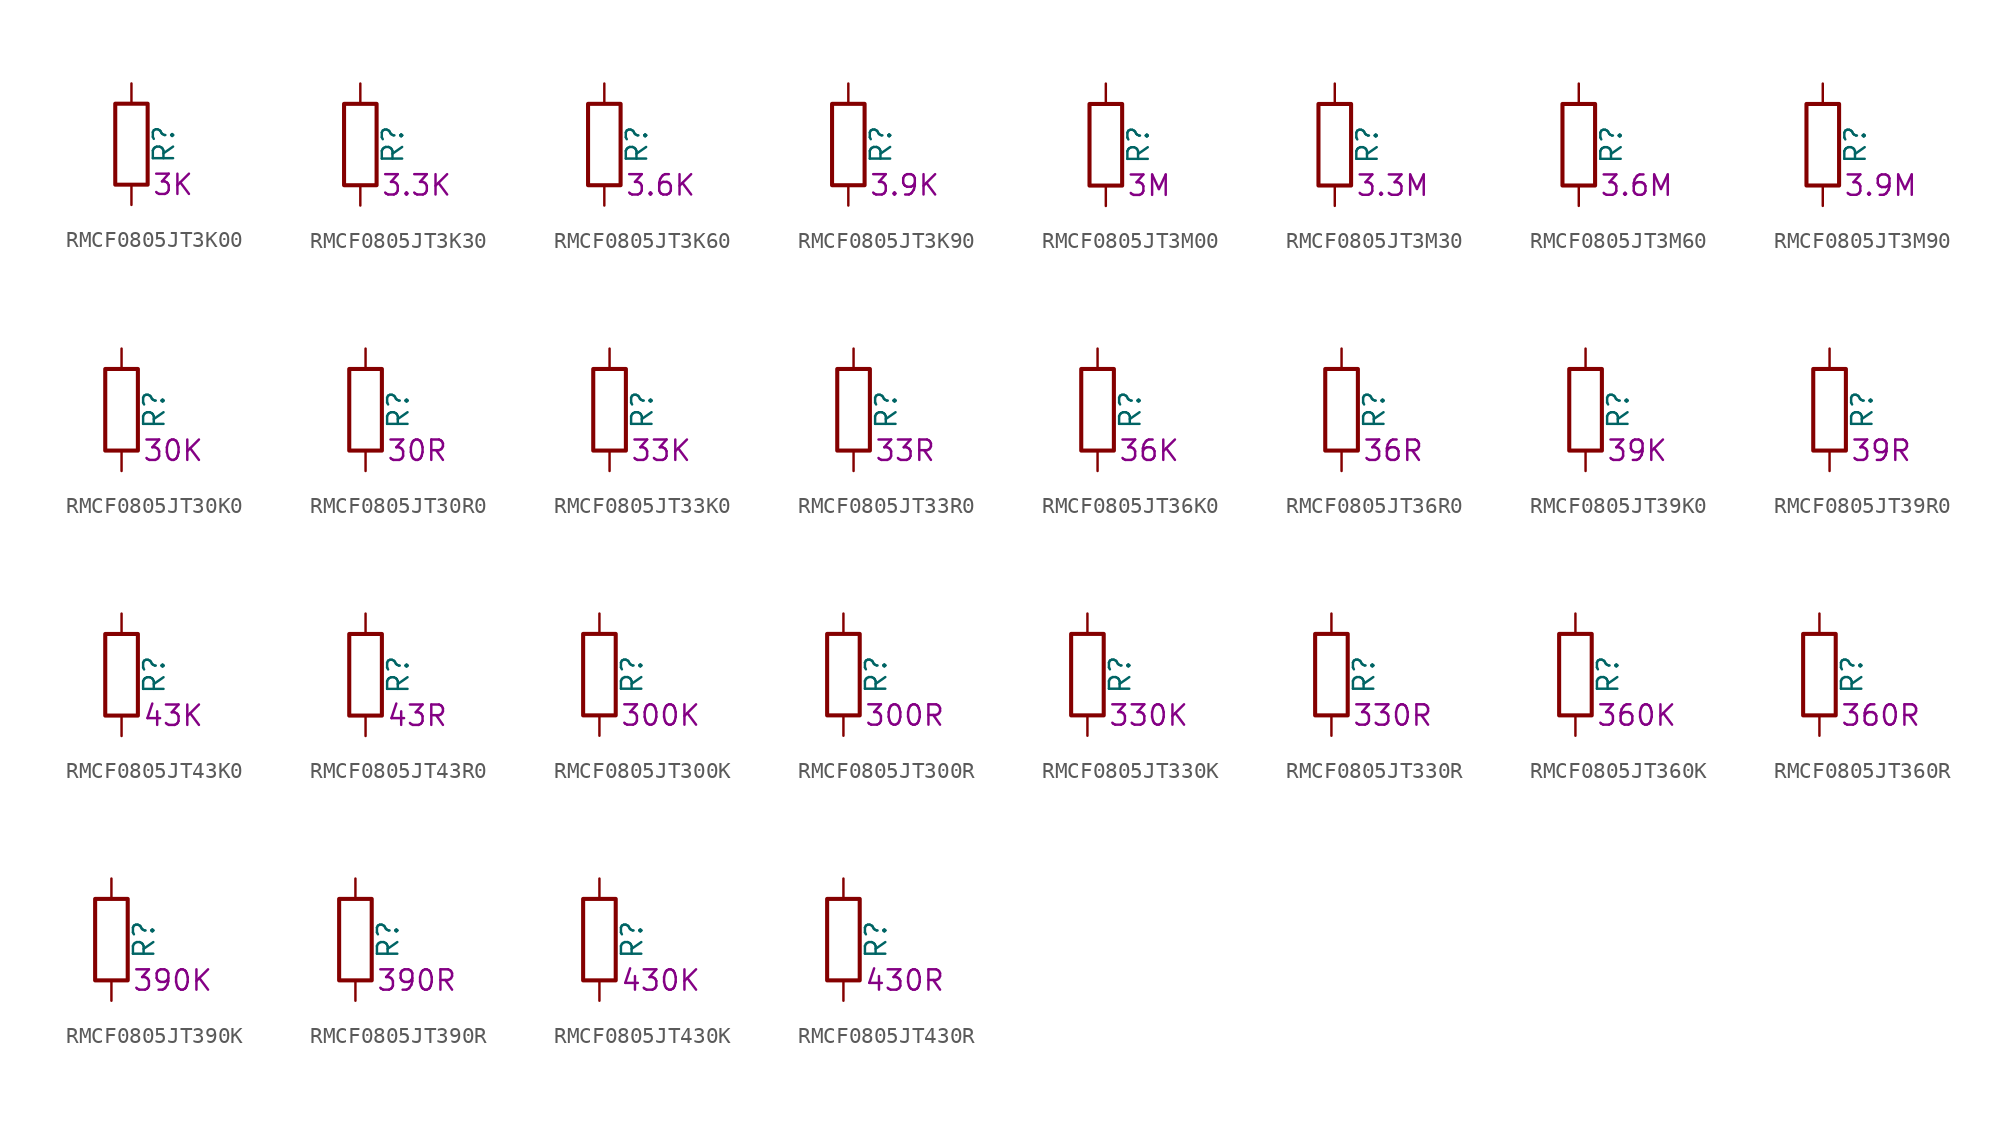
<source format=kicad_sym>
(kicad_symbol_lib
  (version 20220914)
  (generator kicad_symbol_editor)
  (symbol "RMCF0805JT3K00"
    (pin_numbers hide)
    (pin_names
      (offset 0))
    (property "Reference" "R"
      (at 2.032 0 90)
      (effects (font (size 1.27 1.27))))
    (property "Resistance" "3K"
      (at 1.27 -2.54 0)
      (effects (font (size 1.27 1.27)) (justify left)))
    (symbol "RMCF0805JT3K00_0_1"
      (rectangle (start -1.016 -2.54) (end 1.016 2.54) (stroke (width 0.254) (type default)) (fill (type none))))
    (symbol "RMCF0805JT3K00_1_1"
      (pin passive line (at 0 3.81 270) (length 1.27) (name "~" (effects (font (size 1.27 1.27)))) (number "1" (effects (font (size 1.27 1.27)))))
      (pin passive line (at 0 -3.81 90) (length 1.27) (name "~" (effects (font (size 1.27 1.27)))) (number "2" (effects (font (size 1.27 1.27)))))))
  (symbol "RMCF0805JT3K30"
    (pin_numbers hide)
    (pin_names
      (offset 0))
    (property "Reference" "R"
      (at 2.032 0 90)
      (effects (font (size 1.27 1.27))))
    (property "Resistance" "3.3K"
      (at 1.27 -2.54 0)
      (effects (font (size 1.27 1.27)) (justify left)))
    (symbol "RMCF0805JT3K30_0_1"
      (rectangle (start -1.016 -2.54) (end 1.016 2.54) (stroke (width 0.254) (type default)) (fill (type none))))
    (symbol "RMCF0805JT3K30_1_1"
      (pin passive line (at 0 3.81 270) (length 1.27) (name "~" (effects (font (size 1.27 1.27)))) (number "1" (effects (font (size 1.27 1.27)))))
      (pin passive line (at 0 -3.81 90) (length 1.27) (name "~" (effects (font (size 1.27 1.27)))) (number "2" (effects (font (size 1.27 1.27)))))))
  (symbol "RMCF0805JT3K60"
    (pin_numbers hide)
    (pin_names
      (offset 0))
    (property "Reference" "R"
      (at 2.032 0 90)
      (effects (font (size 1.27 1.27))))
    (property "Resistance" "3.6K"
      (at 1.27 -2.54 0)
      (effects (font (size 1.27 1.27)) (justify left)))
    (symbol "RMCF0805JT3K60_0_1"
      (rectangle (start -1.016 -2.54) (end 1.016 2.54) (stroke (width 0.254) (type default)) (fill (type none))))
    (symbol "RMCF0805JT3K60_1_1"
      (pin passive line (at 0 3.81 270) (length 1.27) (name "~" (effects (font (size 1.27 1.27)))) (number "1" (effects (font (size 1.27 1.27)))))
      (pin passive line (at 0 -3.81 90) (length 1.27) (name "~" (effects (font (size 1.27 1.27)))) (number "2" (effects (font (size 1.27 1.27)))))))
  (symbol "RMCF0805JT3K90"
    (pin_numbers hide)
    (pin_names
      (offset 0))
    (property "Reference" "R"
      (at 2.032 0 90)
      (effects (font (size 1.27 1.27))))
    (property "Resistance" "3.9K"
      (at 1.27 -2.54 0)
      (effects (font (size 1.27 1.27)) (justify left)))
    (symbol "RMCF0805JT3K90_0_1"
      (rectangle (start -1.016 -2.54) (end 1.016 2.54) (stroke (width 0.254) (type default)) (fill (type none))))
    (symbol "RMCF0805JT3K90_1_1"
      (pin passive line (at 0 3.81 270) (length 1.27) (name "~" (effects (font (size 1.27 1.27)))) (number "1" (effects (font (size 1.27 1.27)))))
      (pin passive line (at 0 -3.81 90) (length 1.27) (name "~" (effects (font (size 1.27 1.27)))) (number "2" (effects (font (size 1.27 1.27)))))))
  (symbol "RMCF0805JT3M00"
    (pin_numbers hide)
    (pin_names
      (offset 0))
    (property "Reference" "R"
      (at 2.032 0 90)
      (effects (font (size 1.27 1.27))))
    (property "Resistance" "3M"
      (at 1.27 -2.54 0)
      (effects (font (size 1.27 1.27)) (justify left)))
    (symbol "RMCF0805JT3M00_0_1"
      (rectangle (start -1.016 -2.54) (end 1.016 2.54) (stroke (width 0.254) (type default)) (fill (type none))))
    (symbol "RMCF0805JT3M00_1_1"
      (pin passive line (at 0 3.81 270) (length 1.27) (name "~" (effects (font (size 1.27 1.27)))) (number "1" (effects (font (size 1.27 1.27)))))
      (pin passive line (at 0 -3.81 90) (length 1.27) (name "~" (effects (font (size 1.27 1.27)))) (number "2" (effects (font (size 1.27 1.27)))))))
  (symbol "RMCF0805JT3M30"
    (pin_numbers hide)
    (pin_names
      (offset 0))
    (property "Reference" "R"
      (at 2.032 0 90)
      (effects (font (size 1.27 1.27))))
    (property "Resistance" "3.3M"
      (at 1.27 -2.54 0)
      (effects (font (size 1.27 1.27)) (justify left)))
    (symbol "RMCF0805JT3M30_0_1"
      (rectangle (start -1.016 -2.54) (end 1.016 2.54) (stroke (width 0.254) (type default)) (fill (type none))))
    (symbol "RMCF0805JT3M30_1_1"
      (pin passive line (at 0 3.81 270) (length 1.27) (name "~" (effects (font (size 1.27 1.27)))) (number "1" (effects (font (size 1.27 1.27)))))
      (pin passive line (at 0 -3.81 90) (length 1.27) (name "~" (effects (font (size 1.27 1.27)))) (number "2" (effects (font (size 1.27 1.27)))))))
  (symbol "RMCF0805JT3M60"
    (pin_numbers hide)
    (pin_names
      (offset 0))
    (property "Reference" "R"
      (at 2.032 0 90)
      (effects (font (size 1.27 1.27))))
    (property "Resistance" "3.6M"
      (at 1.27 -2.54 0)
      (effects (font (size 1.27 1.27)) (justify left)))
    (symbol "RMCF0805JT3M60_0_1"
      (rectangle (start -1.016 -2.54) (end 1.016 2.54) (stroke (width 0.254) (type default)) (fill (type none))))
    (symbol "RMCF0805JT3M60_1_1"
      (pin passive line (at 0 3.81 270) (length 1.27) (name "~" (effects (font (size 1.27 1.27)))) (number "1" (effects (font (size 1.27 1.27)))))
      (pin passive line (at 0 -3.81 90) (length 1.27) (name "~" (effects (font (size 1.27 1.27)))) (number "2" (effects (font (size 1.27 1.27)))))))
  (symbol "RMCF0805JT3M90"
    (pin_numbers hide)
    (pin_names
      (offset 0))
    (property "Reference" "R"
      (at 2.032 0 90)
      (effects (font (size 1.27 1.27))))
    (property "Resistance" "3.9M"
      (at 1.27 -2.54 0)
      (effects (font (size 1.27 1.27)) (justify left)))
    (symbol "RMCF0805JT3M90_0_1"
      (rectangle (start -1.016 -2.54) (end 1.016 2.54) (stroke (width 0.254) (type default)) (fill (type none))))
    (symbol "RMCF0805JT3M90_1_1"
      (pin passive line (at 0 3.81 270) (length 1.27) (name "~" (effects (font (size 1.27 1.27)))) (number "1" (effects (font (size 1.27 1.27)))))
      (pin passive line (at 0 -3.81 90) (length 1.27) (name "~" (effects (font (size 1.27 1.27)))) (number "2" (effects (font (size 1.27 1.27)))))))
  (symbol "RMCF0805JT30K0"
    (pin_numbers hide)
    (pin_names
      (offset 0))
    (property "Reference" "R"
      (at 2.032 0 90)
      (effects (font (size 1.27 1.27))))
    (property "Resistance" "30K"
      (at 1.27 -2.54 0)
      (effects (font (size 1.27 1.27)) (justify left)))
    (symbol "RMCF0805JT30K0_0_1"
      (rectangle (start -1.016 -2.54) (end 1.016 2.54) (stroke (width 0.254) (type default)) (fill (type none))))
    (symbol "RMCF0805JT30K0_1_1"
      (pin passive line (at 0 3.81 270) (length 1.27) (name "~" (effects (font (size 1.27 1.27)))) (number "1" (effects (font (size 1.27 1.27)))))
      (pin passive line (at 0 -3.81 90) (length 1.27) (name "~" (effects (font (size 1.27 1.27)))) (number "2" (effects (font (size 1.27 1.27)))))))
  (symbol "RMCF0805JT30R0"
    (pin_numbers hide)
    (pin_names
      (offset 0))
    (property "Reference" "R"
      (at 2.032 0 90)
      (effects (font (size 1.27 1.27))))
    (property "Resistance" "30R"
      (at 1.27 -2.54 0)
      (effects (font (size 1.27 1.27)) (justify left)))
    (symbol "RMCF0805JT30R0_0_1"
      (rectangle (start -1.016 -2.54) (end 1.016 2.54) (stroke (width 0.254) (type default)) (fill (type none))))
    (symbol "RMCF0805JT30R0_1_1"
      (pin passive line (at 0 3.81 270) (length 1.27) (name "~" (effects (font (size 1.27 1.27)))) (number "1" (effects (font (size 1.27 1.27)))))
      (pin passive line (at 0 -3.81 90) (length 1.27) (name "~" (effects (font (size 1.27 1.27)))) (number "2" (effects (font (size 1.27 1.27)))))))
  (symbol "RMCF0805JT33K0"
    (pin_numbers hide)
    (pin_names
      (offset 0))
    (property "Reference" "R"
      (at 2.032 0 90)
      (effects (font (size 1.27 1.27))))
    (property "Resistance" "33K"
      (at 1.27 -2.54 0)
      (effects (font (size 1.27 1.27)) (justify left)))
    (symbol "RMCF0805JT33K0_0_1"
      (rectangle (start -1.016 -2.54) (end 1.016 2.54) (stroke (width 0.254) (type default)) (fill (type none))))
    (symbol "RMCF0805JT33K0_1_1"
      (pin passive line (at 0 3.81 270) (length 1.27) (name "~" (effects (font (size 1.27 1.27)))) (number "1" (effects (font (size 1.27 1.27)))))
      (pin passive line (at 0 -3.81 90) (length 1.27) (name "~" (effects (font (size 1.27 1.27)))) (number "2" (effects (font (size 1.27 1.27)))))))
  (symbol "RMCF0805JT33R0"
    (pin_numbers hide)
    (pin_names
      (offset 0))
    (property "Reference" "R"
      (at 2.032 0 90)
      (effects (font (size 1.27 1.27))))
    (property "Resistance" "33R"
      (at 1.27 -2.54 0)
      (effects (font (size 1.27 1.27)) (justify left)))
    (symbol "RMCF0805JT33R0_0_1"
      (rectangle (start -1.016 -2.54) (end 1.016 2.54) (stroke (width 0.254) (type default)) (fill (type none))))
    (symbol "RMCF0805JT33R0_1_1"
      (pin passive line (at 0 3.81 270) (length 1.27) (name "~" (effects (font (size 1.27 1.27)))) (number "1" (effects (font (size 1.27 1.27)))))
      (pin passive line (at 0 -3.81 90) (length 1.27) (name "~" (effects (font (size 1.27 1.27)))) (number "2" (effects (font (size 1.27 1.27)))))))
  (symbol "RMCF0805JT36K0"
    (pin_numbers hide)
    (pin_names
      (offset 0))
    (property "Reference" "R"
      (at 2.032 0 90)
      (effects (font (size 1.27 1.27))))
    (property "Resistance" "36K"
      (at 1.27 -2.54 0)
      (effects (font (size 1.27 1.27)) (justify left)))
    (symbol "RMCF0805JT36K0_0_1"
      (rectangle (start -1.016 -2.54) (end 1.016 2.54) (stroke (width 0.254) (type default)) (fill (type none))))
    (symbol "RMCF0805JT36K0_1_1"
      (pin passive line (at 0 3.81 270) (length 1.27) (name "~" (effects (font (size 1.27 1.27)))) (number "1" (effects (font (size 1.27 1.27)))))
      (pin passive line (at 0 -3.81 90) (length 1.27) (name "~" (effects (font (size 1.27 1.27)))) (number "2" (effects (font (size 1.27 1.27)))))))
  (symbol "RMCF0805JT36R0"
    (pin_numbers hide)
    (pin_names
      (offset 0))
    (property "Reference" "R"
      (at 2.032 0 90)
      (effects (font (size 1.27 1.27))))
    (property "Resistance" "36R"
      (at 1.27 -2.54 0)
      (effects (font (size 1.27 1.27)) (justify left)))
    (symbol "RMCF0805JT36R0_0_1"
      (rectangle (start -1.016 -2.54) (end 1.016 2.54) (stroke (width 0.254) (type default)) (fill (type none))))
    (symbol "RMCF0805JT36R0_1_1"
      (pin passive line (at 0 3.81 270) (length 1.27) (name "~" (effects (font (size 1.27 1.27)))) (number "1" (effects (font (size 1.27 1.27)))))
      (pin passive line (at 0 -3.81 90) (length 1.27) (name "~" (effects (font (size 1.27 1.27)))) (number "2" (effects (font (size 1.27 1.27)))))))
  (symbol "RMCF0805JT39K0"
    (pin_numbers hide)
    (pin_names
      (offset 0))
    (property "Reference" "R"
      (at 2.032 0 90)
      (effects (font (size 1.27 1.27))))
    (property "Resistance" "39K"
      (at 1.27 -2.54 0)
      (effects (font (size 1.27 1.27)) (justify left)))
    (symbol "RMCF0805JT39K0_0_1"
      (rectangle (start -1.016 -2.54) (end 1.016 2.54) (stroke (width 0.254) (type default)) (fill (type none))))
    (symbol "RMCF0805JT39K0_1_1"
      (pin passive line (at 0 3.81 270) (length 1.27) (name "~" (effects (font (size 1.27 1.27)))) (number "1" (effects (font (size 1.27 1.27)))))
      (pin passive line (at 0 -3.81 90) (length 1.27) (name "~" (effects (font (size 1.27 1.27)))) (number "2" (effects (font (size 1.27 1.27)))))))
  (symbol "RMCF0805JT39R0"
    (pin_numbers hide)
    (pin_names
      (offset 0))
    (property "Reference" "R"
      (at 2.032 0 90)
      (effects (font (size 1.27 1.27))))
    (property "Resistance" "39R"
      (at 1.27 -2.54 0)
      (effects (font (size 1.27 1.27)) (justify left)))
    (symbol "RMCF0805JT39R0_0_1"
      (rectangle (start -1.016 -2.54) (end 1.016 2.54) (stroke (width 0.254) (type default)) (fill (type none))))
    (symbol "RMCF0805JT39R0_1_1"
      (pin passive line (at 0 3.81 270) (length 1.27) (name "~" (effects (font (size 1.27 1.27)))) (number "1" (effects (font (size 1.27 1.27)))))
      (pin passive line (at 0 -3.81 90) (length 1.27) (name "~" (effects (font (size 1.27 1.27)))) (number "2" (effects (font (size 1.27 1.27)))))))
  (symbol "RMCF0805JT43K0"
    (pin_numbers hide)
    (pin_names
      (offset 0))
    (property "Reference" "R"
      (at 2.032 0 90)
      (effects (font (size 1.27 1.27))))
    (property "Resistance" "43K"
      (at 1.27 -2.54 0)
      (effects (font (size 1.27 1.27)) (justify left)))
    (symbol "RMCF0805JT43K0_0_1"
      (rectangle (start -1.016 -2.54) (end 1.016 2.54) (stroke (width 0.254) (type default)) (fill (type none))))
    (symbol "RMCF0805JT43K0_1_1"
      (pin passive line (at 0 3.81 270) (length 1.27) (name "~" (effects (font (size 1.27 1.27)))) (number "1" (effects (font (size 1.27 1.27)))))
      (pin passive line (at 0 -3.81 90) (length 1.27) (name "~" (effects (font (size 1.27 1.27)))) (number "2" (effects (font (size 1.27 1.27)))))))
  (symbol "RMCF0805JT43R0"
    (pin_numbers hide)
    (pin_names
      (offset 0))
    (property "Reference" "R"
      (at 2.032 0 90)
      (effects (font (size 1.27 1.27))))
    (property "Resistance" "43R"
      (at 1.27 -2.54 0)
      (effects (font (size 1.27 1.27)) (justify left)))
    (symbol "RMCF0805JT43R0_0_1"
      (rectangle (start -1.016 -2.54) (end 1.016 2.54) (stroke (width 0.254) (type default)) (fill (type none))))
    (symbol "RMCF0805JT43R0_1_1"
      (pin passive line (at 0 3.81 270) (length 1.27) (name "~" (effects (font (size 1.27 1.27)))) (number "1" (effects (font (size 1.27 1.27)))))
      (pin passive line (at 0 -3.81 90) (length 1.27) (name "~" (effects (font (size 1.27 1.27)))) (number "2" (effects (font (size 1.27 1.27)))))))
  (symbol "RMCF0805JT300K"
    (pin_numbers hide)
    (pin_names
      (offset 0))
    (property "Reference" "R"
      (at 2.032 0 90)
      (effects (font (size 1.27 1.27))))
    (property "Resistance" "300K"
      (at 1.27 -2.54 0)
      (effects (font (size 1.27 1.27)) (justify left)))
    (symbol "RMCF0805JT300K_0_1"
      (rectangle (start -1.016 -2.54) (end 1.016 2.54) (stroke (width 0.254) (type default)) (fill (type none))))
    (symbol "RMCF0805JT300K_1_1"
      (pin passive line (at 0 3.81 270) (length 1.27) (name "~" (effects (font (size 1.27 1.27)))) (number "1" (effects (font (size 1.27 1.27)))))
      (pin passive line (at 0 -3.81 90) (length 1.27) (name "~" (effects (font (size 1.27 1.27)))) (number "2" (effects (font (size 1.27 1.27)))))))
  (symbol "RMCF0805JT300R"
    (pin_numbers hide)
    (pin_names
      (offset 0))
    (property "Reference" "R"
      (at 2.032 0 90)
      (effects (font (size 1.27 1.27))))
    (property "Resistance" "300R"
      (at 1.27 -2.54 0)
      (effects (font (size 1.27 1.27)) (justify left)))
    (symbol "RMCF0805JT300R_0_1"
      (rectangle (start -1.016 -2.54) (end 1.016 2.54) (stroke (width 0.254) (type default)) (fill (type none))))
    (symbol "RMCF0805JT300R_1_1"
      (pin passive line (at 0 3.81 270) (length 1.27) (name "~" (effects (font (size 1.27 1.27)))) (number "1" (effects (font (size 1.27 1.27)))))
      (pin passive line (at 0 -3.81 90) (length 1.27) (name "~" (effects (font (size 1.27 1.27)))) (number "2" (effects (font (size 1.27 1.27)))))))
  (symbol "RMCF0805JT330K"
    (pin_numbers hide)
    (pin_names
      (offset 0))
    (property "Reference" "R"
      (at 2.032 0 90)
      (effects (font (size 1.27 1.27))))
    (property "Resistance" "330K"
      (at 1.27 -2.54 0)
      (effects (font (size 1.27 1.27)) (justify left)))
    (symbol "RMCF0805JT330K_0_1"
      (rectangle (start -1.016 -2.54) (end 1.016 2.54) (stroke (width 0.254) (type default)) (fill (type none))))
    (symbol "RMCF0805JT330K_1_1"
      (pin passive line (at 0 3.81 270) (length 1.27) (name "~" (effects (font (size 1.27 1.27)))) (number "1" (effects (font (size 1.27 1.27)))))
      (pin passive line (at 0 -3.81 90) (length 1.27) (name "~" (effects (font (size 1.27 1.27)))) (number "2" (effects (font (size 1.27 1.27)))))))
  (symbol "RMCF0805JT330R"
    (pin_numbers hide)
    (pin_names
      (offset 0))
    (property "Reference" "R"
      (at 2.032 0 90)
      (effects (font (size 1.27 1.27))))
    (property "Resistance" "330R"
      (at 1.27 -2.54 0)
      (effects (font (size 1.27 1.27)) (justify left)))
    (symbol "RMCF0805JT330R_0_1"
      (rectangle (start -1.016 -2.54) (end 1.016 2.54) (stroke (width 0.254) (type default)) (fill (type none))))
    (symbol "RMCF0805JT330R_1_1"
      (pin passive line (at 0 3.81 270) (length 1.27) (name "~" (effects (font (size 1.27 1.27)))) (number "1" (effects (font (size 1.27 1.27)))))
      (pin passive line (at 0 -3.81 90) (length 1.27) (name "~" (effects (font (size 1.27 1.27)))) (number "2" (effects (font (size 1.27 1.27)))))))
  (symbol "RMCF0805JT360K"
    (pin_numbers hide)
    (pin_names
      (offset 0))
    (property "Reference" "R"
      (at 2.032 0 90)
      (effects (font (size 1.27 1.27))))
    (property "Resistance" "360K"
      (at 1.27 -2.54 0)
      (effects (font (size 1.27 1.27)) (justify left)))
    (symbol "RMCF0805JT360K_0_1"
      (rectangle (start -1.016 -2.54) (end 1.016 2.54) (stroke (width 0.254) (type default)) (fill (type none))))
    (symbol "RMCF0805JT360K_1_1"
      (pin passive line (at 0 3.81 270) (length 1.27) (name "~" (effects (font (size 1.27 1.27)))) (number "1" (effects (font (size 1.27 1.27)))))
      (pin passive line (at 0 -3.81 90) (length 1.27) (name "~" (effects (font (size 1.27 1.27)))) (number "2" (effects (font (size 1.27 1.27)))))))
  (symbol "RMCF0805JT360R"
    (pin_numbers hide)
    (pin_names
      (offset 0))
    (property "Reference" "R"
      (at 2.032 0 90)
      (effects (font (size 1.27 1.27))))
    (property "Resistance" "360R"
      (at 1.27 -2.54 0)
      (effects (font (size 1.27 1.27)) (justify left)))
    (symbol "RMCF0805JT360R_0_1"
      (rectangle (start -1.016 -2.54) (end 1.016 2.54) (stroke (width 0.254) (type default)) (fill (type none))))
    (symbol "RMCF0805JT360R_1_1"
      (pin passive line (at 0 3.81 270) (length 1.27) (name "~" (effects (font (size 1.27 1.27)))) (number "1" (effects (font (size 1.27 1.27)))))
      (pin passive line (at 0 -3.81 90) (length 1.27) (name "~" (effects (font (size 1.27 1.27)))) (number "2" (effects (font (size 1.27 1.27)))))))
  (symbol "RMCF0805JT390K"
    (pin_numbers hide)
    (pin_names
      (offset 0))
    (property "Reference" "R"
      (at 2.032 0 90)
      (effects (font (size 1.27 1.27))))
    (property "Resistance" "390K"
      (at 1.27 -2.54 0)
      (effects (font (size 1.27 1.27)) (justify left)))
    (symbol "RMCF0805JT390K_0_1"
      (rectangle (start -1.016 -2.54) (end 1.016 2.54) (stroke (width 0.254) (type default)) (fill (type none))))
    (symbol "RMCF0805JT390K_1_1"
      (pin passive line (at 0 3.81 270) (length 1.27) (name "~" (effects (font (size 1.27 1.27)))) (number "1" (effects (font (size 1.27 1.27)))))
      (pin passive line (at 0 -3.81 90) (length 1.27) (name "~" (effects (font (size 1.27 1.27)))) (number "2" (effects (font (size 1.27 1.27)))))))
  (symbol "RMCF0805JT390R"
    (pin_numbers hide)
    (pin_names
      (offset 0))
    (property "Reference" "R"
      (at 2.032 0 90)
      (effects (font (size 1.27 1.27))))
    (property "Resistance" "390R"
      (at 1.27 -2.54 0)
      (effects (font (size 1.27 1.27)) (justify left)))
    (symbol "RMCF0805JT390R_0_1"
      (rectangle (start -1.016 -2.54) (end 1.016 2.54) (stroke (width 0.254) (type default)) (fill (type none))))
    (symbol "RMCF0805JT390R_1_1"
      (pin passive line (at 0 3.81 270) (length 1.27) (name "~" (effects (font (size 1.27 1.27)))) (number "1" (effects (font (size 1.27 1.27)))))
      (pin passive line (at 0 -3.81 90) (length 1.27) (name "~" (effects (font (size 1.27 1.27)))) (number "2" (effects (font (size 1.27 1.27)))))))
  (symbol "RMCF0805JT430K"
    (pin_numbers hide)
    (pin_names
      (offset 0))
    (property "Reference" "R"
      (at 2.032 0 90)
      (effects (font (size 1.27 1.27))))
    (property "Resistance" "430K"
      (at 1.27 -2.54 0)
      (effects (font (size 1.27 1.27)) (justify left)))
    (symbol "RMCF0805JT430K_0_1"
      (rectangle (start -1.016 -2.54) (end 1.016 2.54) (stroke (width 0.254) (type default)) (fill (type none))))
    (symbol "RMCF0805JT430K_1_1"
      (pin passive line (at 0 3.81 270) (length 1.27) (name "~" (effects (font (size 1.27 1.27)))) (number "1" (effects (font (size 1.27 1.27)))))
      (pin passive line (at 0 -3.81 90) (length 1.27) (name "~" (effects (font (size 1.27 1.27)))) (number "2" (effects (font (size 1.27 1.27)))))))
  (symbol "RMCF0805JT430R"
    (pin_numbers hide)
    (pin_names
      (offset 0))
    (property "Reference" "R"
      (at 2.032 0 90)
      (effects (font (size 1.27 1.27))))
    (property "Resistance" "430R"
      (at 1.27 -2.54 0)
      (effects (font (size 1.27 1.27)) (justify left)))
    (symbol "RMCF0805JT430R_0_1"
      (rectangle (start -1.016 -2.54) (end 1.016 2.54) (stroke (width 0.254) (type default)) (fill (type none))))
    (symbol "RMCF0805JT430R_1_1"
      (pin passive line (at 0 3.81 270) (length 1.27) (name "~" (effects (font (size 1.27 1.27)))) (number "1" (effects (font (size 1.27 1.27)))))
      (pin passive line (at 0 -3.81 90) (length 1.27) (name "~" (effects (font (size 1.27 1.27)))) (number "2" (effects (font (size 1.27 1.27))))))))
</source>
